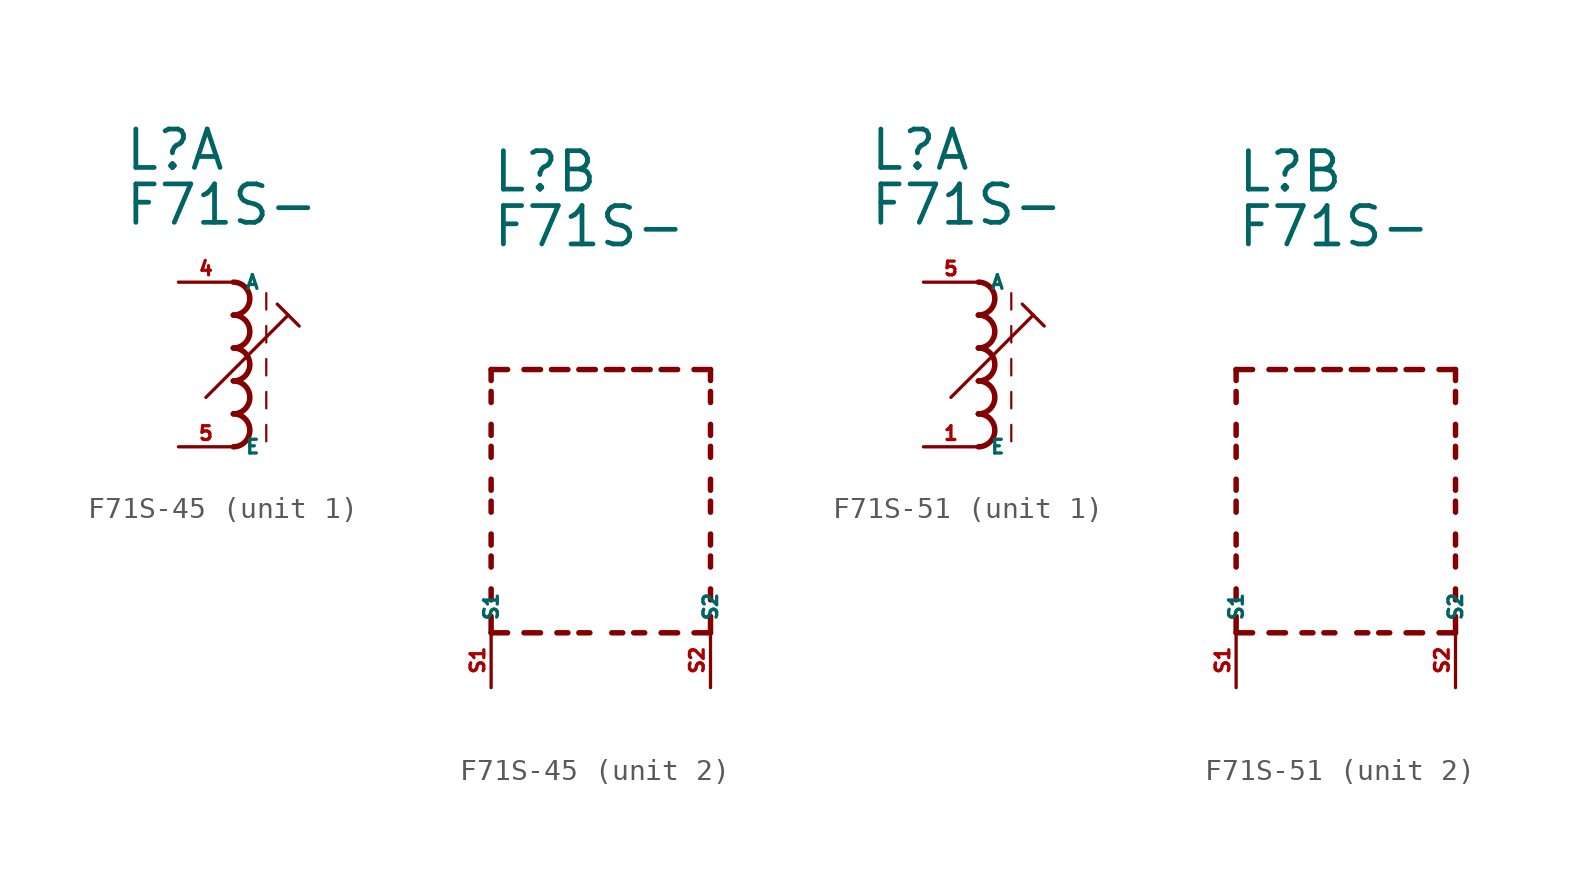
<source format=kicad_sym>
(kicad_symbol_lib
  (version 20220914)
  (generator kicad_symbol_editor)
  (symbol "F71S-45"
    (property "Reference" "L"
      (at -5.08 10.16 0)
      (effects (font (size 1.778 1.778) (thickness 0.22)) (justify left bottom)))
    (property "Value" "F71S-"
      (at -5.08 7.62 0)
      (effects (font (size 1.778 1.778) (thickness 0.22)) (justify left bottom)))
    (symbol "F71S-45_1_0"
      (arc (start 0 -2.54) (mid 0.7587 -1.778) (end 0 -1.016) (stroke (width 0.254) (type default)) (fill (type none)))
      (arc (start 0 -1.016) (mid 0.7587 -0.254) (end 0 0.508) (stroke (width 0.254) (type default)) (fill (type none)))
      (polyline (pts (xy -1.27 -0.254) (xy 2.54 3.556)) (stroke (width 0.152) (type default)) (fill (type none)))
      (polyline (pts (xy 1.524 -1.524) (xy 1.524 -2.286)) (stroke (width 0.102) (type default)) (fill (type none)))
      (polyline (pts (xy 1.524 0) (xy 1.524 -0.762)) (stroke (width 0.102) (type default)) (fill (type none)))
      (polyline (pts (xy 1.524 1.524) (xy 1.524 0.762)) (stroke (width 0.102) (type default)) (fill (type none)))
      (polyline (pts (xy 1.524 3.048) (xy 1.524 2.286)) (stroke (width 0.102) (type default)) (fill (type none)))
      (polyline (pts (xy 1.524 4.572) (xy 1.524 3.81)) (stroke (width 0.102) (type default)) (fill (type none)))
      (polyline (pts (xy 2.032 4.064) (xy 2.54 3.556)) (stroke (width 0.152) (type default)) (fill (type none)))
      (polyline (pts (xy 2.54 3.556) (xy 3.048 3.048)) (stroke (width 0.152) (type default)) (fill (type none)))
      (arc (start 0 0.508) (mid 0.7587 1.27) (end 0 2.032) (stroke (width 0.254) (type default)) (fill (type none)))
      (arc (start 0 2.032) (mid 0.7587 2.794) (end 0 3.556) (stroke (width 0.254) (type default)) (fill (type none)))
      (arc (start 0 3.556) (mid 0.7587 4.318) (end 0 5.08) (stroke (width 0.254) (type default)) (fill (type none)))
      (pin passive line (at -2.54 5.08 0) (length 2.54) (name "A" (effects (font (size 0.635 0.635)))) (number "4" (effects (font (size 0.635 0.635)))))
      (pin passive line (at -2.54 -2.54 0) (length 2.54) (name "E" (effects (font (size 0.635 0.635)))) (number "5" (effects (font (size 0.635 0.635))))))
    (symbol "F71S-45_2_0"
      (polyline (pts (xy -5.08 -10.16) (xy -5.08 -9.398)) (stroke (width 0.254) (type default)) (fill (type none)))
      (polyline (pts (xy -5.08 -10.16) (xy -4.318 -10.16)) (stroke (width 0.254) (type default)) (fill (type none)))
      (polyline (pts (xy -5.08 -8.636) (xy -5.08 -8.128)) (stroke (width 0.254) (type default)) (fill (type none)))
      (polyline (pts (xy -5.08 -7.112) (xy -5.08 -6.604)) (stroke (width 0.254) (type default)) (fill (type none)))
      (polyline (pts (xy -5.08 -6.096) (xy -5.08 -5.588)) (stroke (width 0.254) (type default)) (fill (type none)))
      (polyline (pts (xy -5.08 -4.572) (xy -5.08 -4.064)) (stroke (width 0.254) (type default)) (fill (type none)))
      (polyline (pts (xy -5.08 -3.556) (xy -5.08 -3.048)) (stroke (width 0.254) (type default)) (fill (type none)))
      (polyline (pts (xy -5.08 -2.032) (xy -5.08 -1.524)) (stroke (width 0.254) (type default)) (fill (type none)))
      (polyline (pts (xy -5.08 -1.016) (xy -5.08 -0.508)) (stroke (width 0.254) (type default)) (fill (type none)))
      (polyline (pts (xy -5.08 0.508) (xy -5.08 1.016)) (stroke (width 0.254) (type default)) (fill (type none)))
      (polyline (pts (xy -5.08 1.524) (xy -5.08 2.032)) (stroke (width 0.254) (type default)) (fill (type none)))
      (polyline (pts (xy -5.08 2.032) (xy -4.318 2.032)) (stroke (width 0.254) (type default)) (fill (type none)))
      (polyline (pts (xy -3.556 -10.16) (xy -2.794 -10.16)) (stroke (width 0.254) (type default)) (fill (type none)))
      (polyline (pts (xy -3.556 2.032) (xy -2.794 2.032)) (stroke (width 0.254) (type default)) (fill (type none)))
      (polyline (pts (xy -1.524 -10.16) (xy -2.032 -10.16)) (stroke (width 0.254) (type default)) (fill (type none)))
      (polyline (pts (xy -1.524 2.032) (xy -2.286 2.032)) (stroke (width 0.254) (type default)) (fill (type none)))
      (polyline (pts (xy -1.016 2.032) (xy -0.254 2.032)) (stroke (width 0.254) (type default)) (fill (type none)))
      (polyline (pts (xy -0.508 -10.16) (xy -1.016 -10.16)) (stroke (width 0.254) (type default)) (fill (type none)))
      (polyline (pts (xy 1.016 -10.16) (xy 0.508 -10.16)) (stroke (width 0.254) (type default)) (fill (type none)))
      (polyline (pts (xy 1.016 2.032) (xy 0.254 2.032)) (stroke (width 0.254) (type default)) (fill (type none)))
      (polyline (pts (xy 1.524 2.032) (xy 2.286 2.032)) (stroke (width 0.254) (type default)) (fill (type none)))
      (polyline (pts (xy 2.032 -10.16) (xy 1.524 -10.16)) (stroke (width 0.254) (type default)) (fill (type none)))
      (polyline (pts (xy 3.556 -10.16) (xy 2.794 -10.16)) (stroke (width 0.254) (type default)) (fill (type none)))
      (polyline (pts (xy 3.556 2.032) (xy 2.794 2.032)) (stroke (width 0.254) (type default)) (fill (type none)))
      (polyline (pts (xy 5.08 -10.16) (xy 4.318 -10.16)) (stroke (width 0.254) (type default)) (fill (type none)))
      (polyline (pts (xy 5.08 -10.16) (xy 5.08 -9.398)) (stroke (width 0.254) (type default)) (fill (type none)))
      (polyline (pts (xy 5.08 -8.636) (xy 5.08 -8.128)) (stroke (width 0.254) (type default)) (fill (type none)))
      (polyline (pts (xy 5.08 -7.112) (xy 5.08 -6.604)) (stroke (width 0.254) (type default)) (fill (type none)))
      (polyline (pts (xy 5.08 -6.096) (xy 5.08 -5.588)) (stroke (width 0.254) (type default)) (fill (type none)))
      (polyline (pts (xy 5.08 -4.572) (xy 5.08 -4.064)) (stroke (width 0.254) (type default)) (fill (type none)))
      (polyline (pts (xy 5.08 -3.556) (xy 5.08 -3.048)) (stroke (width 0.254) (type default)) (fill (type none)))
      (polyline (pts (xy 5.08 -2.032) (xy 5.08 -1.524)) (stroke (width 0.254) (type default)) (fill (type none)))
      (polyline (pts (xy 5.08 -1.016) (xy 5.08 -0.508)) (stroke (width 0.254) (type default)) (fill (type none)))
      (polyline (pts (xy 5.08 0.508) (xy 5.08 1.016)) (stroke (width 0.254) (type default)) (fill (type none)))
      (polyline (pts (xy 5.08 1.524) (xy 5.08 2.032)) (stroke (width 0.254) (type default)) (fill (type none)))
      (polyline (pts (xy 5.08 2.032) (xy 4.318 2.032)) (stroke (width 0.254) (type default)) (fill (type none)))
      (pin passive line (at -5.08 -12.7 90) (length 2.54) (name "S1" (effects (font (size 0.635 0.635)))) (number "S1" (effects (font (size 0.635 0.635)))))
      (pin passive line (at 5.08 -12.7 90) (length 2.54) (name "S2" (effects (font (size 0.635 0.635)))) (number "S2" (effects (font (size 0.635 0.635)))))))
  (symbol "F71S-51"
    (property "Reference" "L"
      (at -5.08 10.16 0)
      (effects (font (size 1.778 1.778) (thickness 0.22)) (justify left bottom)))
    (property "Value" "F71S-"
      (at -5.08 7.62 0)
      (effects (font (size 1.778 1.778) (thickness 0.22)) (justify left bottom)))
    (symbol "F71S-51_1_0"
      (arc (start 0 -2.54) (mid 0.7587 -1.778) (end 0 -1.016) (stroke (width 0.254) (type default)) (fill (type none)))
      (arc (start 0 -1.016) (mid 0.7587 -0.254) (end 0 0.508) (stroke (width 0.254) (type default)) (fill (type none)))
      (polyline (pts (xy -1.27 -0.254) (xy 2.54 3.556)) (stroke (width 0.152) (type default)) (fill (type none)))
      (polyline (pts (xy 1.524 -1.524) (xy 1.524 -2.286)) (stroke (width 0.102) (type default)) (fill (type none)))
      (polyline (pts (xy 1.524 0) (xy 1.524 -0.762)) (stroke (width 0.102) (type default)) (fill (type none)))
      (polyline (pts (xy 1.524 1.524) (xy 1.524 0.762)) (stroke (width 0.102) (type default)) (fill (type none)))
      (polyline (pts (xy 1.524 3.048) (xy 1.524 2.286)) (stroke (width 0.102) (type default)) (fill (type none)))
      (polyline (pts (xy 1.524 4.572) (xy 1.524 3.81)) (stroke (width 0.102) (type default)) (fill (type none)))
      (polyline (pts (xy 2.032 4.064) (xy 2.54 3.556)) (stroke (width 0.152) (type default)) (fill (type none)))
      (polyline (pts (xy 2.54 3.556) (xy 3.048 3.048)) (stroke (width 0.152) (type default)) (fill (type none)))
      (arc (start 0 0.508) (mid 0.7587 1.27) (end 0 2.032) (stroke (width 0.254) (type default)) (fill (type none)))
      (arc (start 0 2.032) (mid 0.7587 2.794) (end 0 3.556) (stroke (width 0.254) (type default)) (fill (type none)))
      (arc (start 0 3.556) (mid 0.7587 4.318) (end 0 5.08) (stroke (width 0.254) (type default)) (fill (type none)))
      (pin passive line (at -2.54 -2.54 0) (length 2.54) (name "E" (effects (font (size 0.635 0.635)))) (number "1" (effects (font (size 0.635 0.635)))))
      (pin passive line (at -2.54 5.08 0) (length 2.54) (name "A" (effects (font (size 0.635 0.635)))) (number "5" (effects (font (size 0.635 0.635))))))
    (symbol "F71S-51_2_0"
      (polyline (pts (xy -5.08 -10.16) (xy -5.08 -9.398)) (stroke (width 0.254) (type default)) (fill (type none)))
      (polyline (pts (xy -5.08 -10.16) (xy -4.318 -10.16)) (stroke (width 0.254) (type default)) (fill (type none)))
      (polyline (pts (xy -5.08 -8.636) (xy -5.08 -8.128)) (stroke (width 0.254) (type default)) (fill (type none)))
      (polyline (pts (xy -5.08 -7.112) (xy -5.08 -6.604)) (stroke (width 0.254) (type default)) (fill (type none)))
      (polyline (pts (xy -5.08 -6.096) (xy -5.08 -5.588)) (stroke (width 0.254) (type default)) (fill (type none)))
      (polyline (pts (xy -5.08 -4.572) (xy -5.08 -4.064)) (stroke (width 0.254) (type default)) (fill (type none)))
      (polyline (pts (xy -5.08 -3.556) (xy -5.08 -3.048)) (stroke (width 0.254) (type default)) (fill (type none)))
      (polyline (pts (xy -5.08 -2.032) (xy -5.08 -1.524)) (stroke (width 0.254) (type default)) (fill (type none)))
      (polyline (pts (xy -5.08 -1.016) (xy -5.08 -0.508)) (stroke (width 0.254) (type default)) (fill (type none)))
      (polyline (pts (xy -5.08 0.508) (xy -5.08 1.016)) (stroke (width 0.254) (type default)) (fill (type none)))
      (polyline (pts (xy -5.08 1.524) (xy -5.08 2.032)) (stroke (width 0.254) (type default)) (fill (type none)))
      (polyline (pts (xy -5.08 2.032) (xy -4.318 2.032)) (stroke (width 0.254) (type default)) (fill (type none)))
      (polyline (pts (xy -3.556 -10.16) (xy -2.794 -10.16)) (stroke (width 0.254) (type default)) (fill (type none)))
      (polyline (pts (xy -3.556 2.032) (xy -2.794 2.032)) (stroke (width 0.254) (type default)) (fill (type none)))
      (polyline (pts (xy -1.524 -10.16) (xy -2.032 -10.16)) (stroke (width 0.254) (type default)) (fill (type none)))
      (polyline (pts (xy -1.524 2.032) (xy -2.286 2.032)) (stroke (width 0.254) (type default)) (fill (type none)))
      (polyline (pts (xy -1.016 2.032) (xy -0.254 2.032)) (stroke (width 0.254) (type default)) (fill (type none)))
      (polyline (pts (xy -0.508 -10.16) (xy -1.016 -10.16)) (stroke (width 0.254) (type default)) (fill (type none)))
      (polyline (pts (xy 1.016 -10.16) (xy 0.508 -10.16)) (stroke (width 0.254) (type default)) (fill (type none)))
      (polyline (pts (xy 1.016 2.032) (xy 0.254 2.032)) (stroke (width 0.254) (type default)) (fill (type none)))
      (polyline (pts (xy 1.524 2.032) (xy 2.286 2.032)) (stroke (width 0.254) (type default)) (fill (type none)))
      (polyline (pts (xy 2.032 -10.16) (xy 1.524 -10.16)) (stroke (width 0.254) (type default)) (fill (type none)))
      (polyline (pts (xy 3.556 -10.16) (xy 2.794 -10.16)) (stroke (width 0.254) (type default)) (fill (type none)))
      (polyline (pts (xy 3.556 2.032) (xy 2.794 2.032)) (stroke (width 0.254) (type default)) (fill (type none)))
      (polyline (pts (xy 5.08 -10.16) (xy 4.318 -10.16)) (stroke (width 0.254) (type default)) (fill (type none)))
      (polyline (pts (xy 5.08 -10.16) (xy 5.08 -9.398)) (stroke (width 0.254) (type default)) (fill (type none)))
      (polyline (pts (xy 5.08 -8.636) (xy 5.08 -8.128)) (stroke (width 0.254) (type default)) (fill (type none)))
      (polyline (pts (xy 5.08 -7.112) (xy 5.08 -6.604)) (stroke (width 0.254) (type default)) (fill (type none)))
      (polyline (pts (xy 5.08 -6.096) (xy 5.08 -5.588)) (stroke (width 0.254) (type default)) (fill (type none)))
      (polyline (pts (xy 5.08 -4.572) (xy 5.08 -4.064)) (stroke (width 0.254) (type default)) (fill (type none)))
      (polyline (pts (xy 5.08 -3.556) (xy 5.08 -3.048)) (stroke (width 0.254) (type default)) (fill (type none)))
      (polyline (pts (xy 5.08 -2.032) (xy 5.08 -1.524)) (stroke (width 0.254) (type default)) (fill (type none)))
      (polyline (pts (xy 5.08 -1.016) (xy 5.08 -0.508)) (stroke (width 0.254) (type default)) (fill (type none)))
      (polyline (pts (xy 5.08 0.508) (xy 5.08 1.016)) (stroke (width 0.254) (type default)) (fill (type none)))
      (polyline (pts (xy 5.08 1.524) (xy 5.08 2.032)) (stroke (width 0.254) (type default)) (fill (type none)))
      (polyline (pts (xy 5.08 2.032) (xy 4.318 2.032)) (stroke (width 0.254) (type default)) (fill (type none)))
      (pin passive line (at -5.08 -12.7 90) (length 2.54) (name "S1" (effects (font (size 0.635 0.635)))) (number "S1" (effects (font (size 0.635 0.635)))))
      (pin passive line (at 5.08 -12.7 90) (length 2.54) (name "S2" (effects (font (size 0.635 0.635)))) (number "S2" (effects (font (size 0.635 0.635))))))))
</source>
